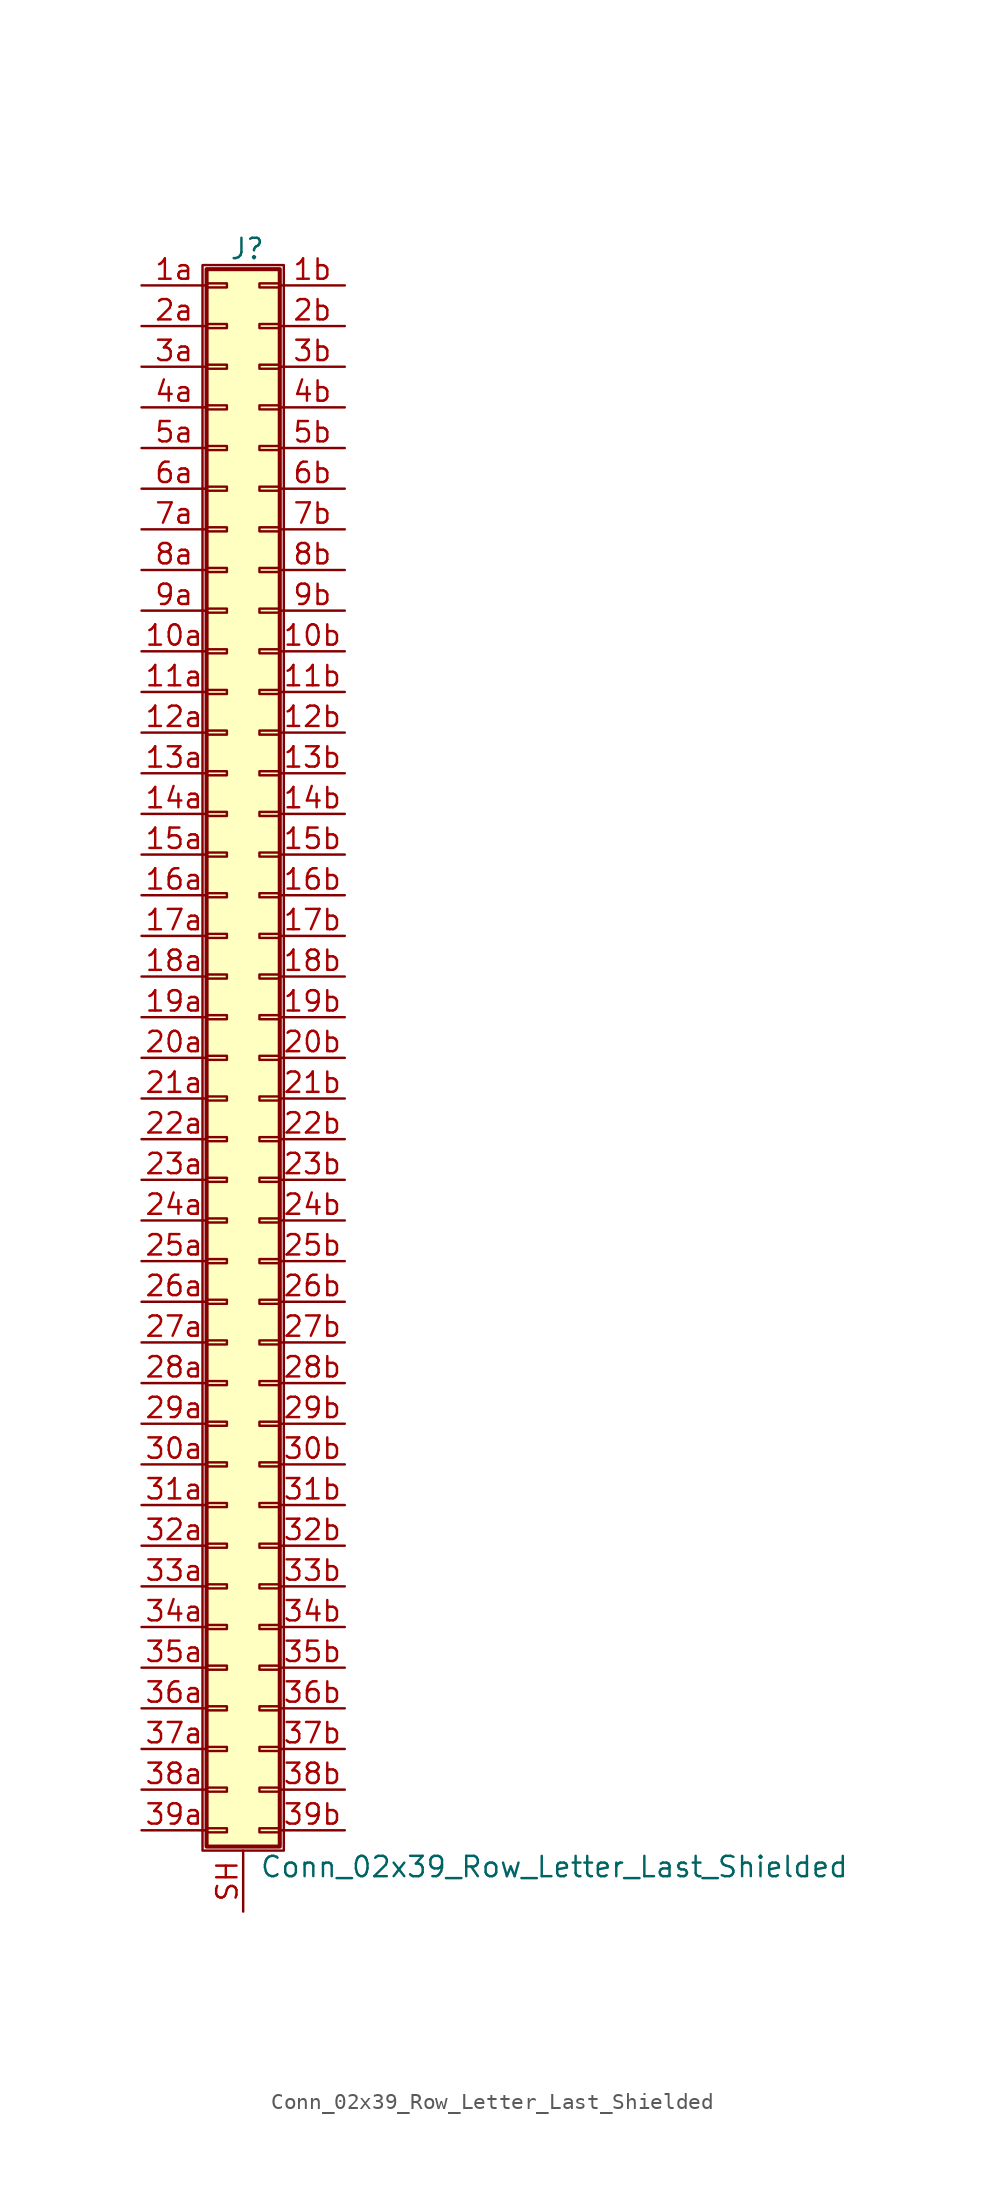
<source format=kicad_sym>
(kicad_symbol_lib
  (version 20201005)
  (generator kicad_symbol_editor)
  (symbol "Conn_02x39_Row_Letter_Last_Shielded"
    (pin_names
      (offset 1.016) hide)
    (property "Reference" "J"
      (at 1.524 50.546 0)
      (effects (font (size 1.27 1.27))))
    (property "Value" "Conn_02x39_Row_Letter_Last_Shielded"
      (at 2.286 -50.546 0)
      (effects (font (size 1.27 1.27)) (justify left)))
    (symbol "Conn_02x39_Row_Letter_Last_Shielded_1_1"
      (rectangle (start -1.27 49.53) (end 3.81 -49.53) (stroke (width 0.152)) (fill (type none)))
      (rectangle (start -1.016 -48.133) (end 0.254 -48.387) (stroke (width 0.152)) (fill (type none)))
      (rectangle (start -1.016 -45.593) (end 0.254 -45.847) (stroke (width 0.152)) (fill (type none)))
      (rectangle (start -1.016 -43.053) (end 0.254 -43.307) (stroke (width 0.152)) (fill (type none)))
      (rectangle (start -1.016 -40.513) (end 0.254 -40.767) (stroke (width 0.152)) (fill (type none)))
      (rectangle (start -1.016 -37.973) (end 0.254 -38.227) (stroke (width 0.152)) (fill (type none)))
      (rectangle (start -1.016 -35.433) (end 0.254 -35.687) (stroke (width 0.152)) (fill (type none)))
      (rectangle (start -1.016 -32.893) (end 0.254 -33.147) (stroke (width 0.152)) (fill (type none)))
      (rectangle (start -1.016 -30.353) (end 0.254 -30.607) (stroke (width 0.152)) (fill (type none)))
      (rectangle (start -1.016 -27.813) (end 0.254 -28.067) (stroke (width 0.152)) (fill (type none)))
      (rectangle (start -1.016 -25.273) (end 0.254 -25.527) (stroke (width 0.152)) (fill (type none)))
      (rectangle (start -1.016 -22.733) (end 0.254 -22.987) (stroke (width 0.152)) (fill (type none)))
      (rectangle (start -1.016 -20.193) (end 0.254 -20.447) (stroke (width 0.152)) (fill (type none)))
      (rectangle (start -1.016 -17.653) (end 0.254 -17.907) (stroke (width 0.152)) (fill (type none)))
      (rectangle (start -1.016 -15.113) (end 0.254 -15.367) (stroke (width 0.152)) (fill (type none)))
      (rectangle (start -1.016 -12.573) (end 0.254 -12.827) (stroke (width 0.152)) (fill (type none)))
      (rectangle (start -1.016 -10.033) (end 0.254 -10.287) (stroke (width 0.152)) (fill (type none)))
      (rectangle (start -1.016 -7.493) (end 0.254 -7.747) (stroke (width 0.152)) (fill (type none)))
      (rectangle (start -1.016 -4.953) (end 0.254 -5.207) (stroke (width 0.152)) (fill (type none)))
      (rectangle (start -1.016 -2.413) (end 0.254 -2.667) (stroke (width 0.152)) (fill (type none)))
      (rectangle (start -1.016 0.127) (end 0.254 -0.127) (stroke (width 0.152)) (fill (type none)))
      (rectangle (start -1.016 2.667) (end 0.254 2.413) (stroke (width 0.152)) (fill (type none)))
      (rectangle (start -1.016 5.207) (end 0.254 4.953) (stroke (width 0.152)) (fill (type none)))
      (rectangle (start -1.016 7.747) (end 0.254 7.493) (stroke (width 0.152)) (fill (type none)))
      (rectangle (start -1.016 10.287) (end 0.254 10.033) (stroke (width 0.152)) (fill (type none)))
      (rectangle (start -1.016 12.827) (end 0.254 12.573) (stroke (width 0.152)) (fill (type none)))
      (rectangle (start -1.016 15.367) (end 0.254 15.113) (stroke (width 0.152)) (fill (type none)))
      (rectangle (start -1.016 17.907) (end 0.254 17.653) (stroke (width 0.152)) (fill (type none)))
      (rectangle (start -1.016 20.447) (end 0.254 20.193) (stroke (width 0.152)) (fill (type none)))
      (rectangle (start -1.016 22.987) (end 0.254 22.733) (stroke (width 0.152)) (fill (type none)))
      (rectangle (start -1.016 25.527) (end 0.254 25.273) (stroke (width 0.152)) (fill (type none)))
      (rectangle (start -1.016 28.067) (end 0.254 27.813) (stroke (width 0.152)) (fill (type none)))
      (rectangle (start -1.016 30.607) (end 0.254 30.353) (stroke (width 0.152)) (fill (type none)))
      (rectangle (start -1.016 33.147) (end 0.254 32.893) (stroke (width 0.152)) (fill (type none)))
      (rectangle (start -1.016 35.687) (end 0.254 35.433) (stroke (width 0.152)) (fill (type none)))
      (rectangle (start -1.016 38.227) (end 0.254 37.973) (stroke (width 0.152)) (fill (type none)))
      (rectangle (start -1.016 40.767) (end 0.254 40.513) (stroke (width 0.152)) (fill (type none)))
      (rectangle (start -1.016 43.307) (end 0.254 43.053) (stroke (width 0.152)) (fill (type none)))
      (rectangle (start -1.016 45.847) (end 0.254 45.593) (stroke (width 0.152)) (fill (type none)))
      (rectangle (start -1.016 48.387) (end 0.254 48.133) (stroke (width 0.152)) (fill (type none)))
      (rectangle (start -1.016 49.276) (end 3.556 -49.276) (stroke (width 0.254)) (fill (type background)))
      (rectangle (start 3.556 -48.133) (end 2.286 -48.387) (stroke (width 0.152)) (fill (type none)))
      (rectangle (start 3.556 -45.593) (end 2.286 -45.847) (stroke (width 0.152)) (fill (type none)))
      (rectangle (start 3.556 -43.053) (end 2.286 -43.307) (stroke (width 0.152)) (fill (type none)))
      (rectangle (start 3.556 -40.513) (end 2.286 -40.767) (stroke (width 0.152)) (fill (type none)))
      (rectangle (start 3.556 -37.973) (end 2.286 -38.227) (stroke (width 0.152)) (fill (type none)))
      (rectangle (start 3.556 -35.433) (end 2.286 -35.687) (stroke (width 0.152)) (fill (type none)))
      (rectangle (start 3.556 -32.893) (end 2.286 -33.147) (stroke (width 0.152)) (fill (type none)))
      (rectangle (start 3.556 -30.353) (end 2.286 -30.607) (stroke (width 0.152)) (fill (type none)))
      (rectangle (start 3.556 -27.813) (end 2.286 -28.067) (stroke (width 0.152)) (fill (type none)))
      (rectangle (start 3.556 -25.273) (end 2.286 -25.527) (stroke (width 0.152)) (fill (type none)))
      (rectangle (start 3.556 -22.733) (end 2.286 -22.987) (stroke (width 0.152)) (fill (type none)))
      (rectangle (start 3.556 -20.193) (end 2.286 -20.447) (stroke (width 0.152)) (fill (type none)))
      (rectangle (start 3.556 -17.653) (end 2.286 -17.907) (stroke (width 0.152)) (fill (type none)))
      (rectangle (start 3.556 -15.113) (end 2.286 -15.367) (stroke (width 0.152)) (fill (type none)))
      (rectangle (start 3.556 -12.573) (end 2.286 -12.827) (stroke (width 0.152)) (fill (type none)))
      (rectangle (start 3.556 -10.033) (end 2.286 -10.287) (stroke (width 0.152)) (fill (type none)))
      (rectangle (start 3.556 -7.493) (end 2.286 -7.747) (stroke (width 0.152)) (fill (type none)))
      (rectangle (start 3.556 -4.953) (end 2.286 -5.207) (stroke (width 0.152)) (fill (type none)))
      (rectangle (start 3.556 -2.413) (end 2.286 -2.667) (stroke (width 0.152)) (fill (type none)))
      (rectangle (start 3.556 0.127) (end 2.286 -0.127) (stroke (width 0.152)) (fill (type none)))
      (rectangle (start 3.556 2.667) (end 2.286 2.413) (stroke (width 0.152)) (fill (type none)))
      (rectangle (start 3.556 5.207) (end 2.286 4.953) (stroke (width 0.152)) (fill (type none)))
      (rectangle (start 3.556 7.747) (end 2.286 7.493) (stroke (width 0.152)) (fill (type none)))
      (rectangle (start 3.556 10.287) (end 2.286 10.033) (stroke (width 0.152)) (fill (type none)))
      (rectangle (start 3.556 12.827) (end 2.286 12.573) (stroke (width 0.152)) (fill (type none)))
      (rectangle (start 3.556 15.367) (end 2.286 15.113) (stroke (width 0.152)) (fill (type none)))
      (rectangle (start 3.556 17.907) (end 2.286 17.653) (stroke (width 0.152)) (fill (type none)))
      (rectangle (start 3.556 20.447) (end 2.286 20.193) (stroke (width 0.152)) (fill (type none)))
      (rectangle (start 3.556 22.987) (end 2.286 22.733) (stroke (width 0.152)) (fill (type none)))
      (rectangle (start 3.556 25.527) (end 2.286 25.273) (stroke (width 0.152)) (fill (type none)))
      (rectangle (start 3.556 28.067) (end 2.286 27.813) (stroke (width 0.152)) (fill (type none)))
      (rectangle (start 3.556 30.607) (end 2.286 30.353) (stroke (width 0.152)) (fill (type none)))
      (rectangle (start 3.556 33.147) (end 2.286 32.893) (stroke (width 0.152)) (fill (type none)))
      (rectangle (start 3.556 35.687) (end 2.286 35.433) (stroke (width 0.152)) (fill (type none)))
      (rectangle (start 3.556 38.227) (end 2.286 37.973) (stroke (width 0.152)) (fill (type none)))
      (rectangle (start 3.556 40.767) (end 2.286 40.513) (stroke (width 0.152)) (fill (type none)))
      (rectangle (start 3.556 43.307) (end 2.286 43.053) (stroke (width 0.152)) (fill (type none)))
      (rectangle (start 3.556 45.847) (end 2.286 45.593) (stroke (width 0.152)) (fill (type none)))
      (rectangle (start 3.556 48.387) (end 2.286 48.133) (stroke (width 0.152)) (fill (type none)))
      (pin passive line (at -5.08 25.4 0) (length 4.064) (name "Pin_10a" (effects (font (size 1.27 1.27)))) (number "10a" (effects (font (size 1.27 1.27)))))
      (pin passive line (at 7.62 25.4 180) (length 4.064) (name "Pin_10b" (effects (font (size 1.27 1.27)))) (number "10b" (effects (font (size 1.27 1.27)))))
      (pin passive line (at -5.08 22.86 0) (length 4.064) (name "Pin_11a" (effects (font (size 1.27 1.27)))) (number "11a" (effects (font (size 1.27 1.27)))))
      (pin passive line (at 7.62 22.86 180) (length 4.064) (name "Pin_11b" (effects (font (size 1.27 1.27)))) (number "11b" (effects (font (size 1.27 1.27)))))
      (pin passive line (at -5.08 20.32 0) (length 4.064) (name "Pin_12a" (effects (font (size 1.27 1.27)))) (number "12a" (effects (font (size 1.27 1.27)))))
      (pin passive line (at 7.62 20.32 180) (length 4.064) (name "Pin_12b" (effects (font (size 1.27 1.27)))) (number "12b" (effects (font (size 1.27 1.27)))))
      (pin passive line (at -5.08 17.78 0) (length 4.064) (name "Pin_13a" (effects (font (size 1.27 1.27)))) (number "13a" (effects (font (size 1.27 1.27)))))
      (pin passive line (at 7.62 17.78 180) (length 4.064) (name "Pin_13b" (effects (font (size 1.27 1.27)))) (number "13b" (effects (font (size 1.27 1.27)))))
      (pin passive line (at -5.08 15.24 0) (length 4.064) (name "Pin_14a" (effects (font (size 1.27 1.27)))) (number "14a" (effects (font (size 1.27 1.27)))))
      (pin passive line (at 7.62 15.24 180) (length 4.064) (name "Pin_14b" (effects (font (size 1.27 1.27)))) (number "14b" (effects (font (size 1.27 1.27)))))
      (pin passive line (at -5.08 12.7 0) (length 4.064) (name "Pin_15a" (effects (font (size 1.27 1.27)))) (number "15a" (effects (font (size 1.27 1.27)))))
      (pin passive line (at 7.62 12.7 180) (length 4.064) (name "Pin_15b" (effects (font (size 1.27 1.27)))) (number "15b" (effects (font (size 1.27 1.27)))))
      (pin passive line (at -5.08 10.16 0) (length 4.064) (name "Pin_16a" (effects (font (size 1.27 1.27)))) (number "16a" (effects (font (size 1.27 1.27)))))
      (pin passive line (at 7.62 10.16 180) (length 4.064) (name "Pin_16b" (effects (font (size 1.27 1.27)))) (number "16b" (effects (font (size 1.27 1.27)))))
      (pin passive line (at -5.08 7.62 0) (length 4.064) (name "Pin_17a" (effects (font (size 1.27 1.27)))) (number "17a" (effects (font (size 1.27 1.27)))))
      (pin passive line (at 7.62 7.62 180) (length 4.064) (name "Pin_17b" (effects (font (size 1.27 1.27)))) (number "17b" (effects (font (size 1.27 1.27)))))
      (pin passive line (at -5.08 5.08 0) (length 4.064) (name "Pin_18a" (effects (font (size 1.27 1.27)))) (number "18a" (effects (font (size 1.27 1.27)))))
      (pin passive line (at 7.62 5.08 180) (length 4.064) (name "Pin_18b" (effects (font (size 1.27 1.27)))) (number "18b" (effects (font (size 1.27 1.27)))))
      (pin passive line (at -5.08 2.54 0) (length 4.064) (name "Pin_19a" (effects (font (size 1.27 1.27)))) (number "19a" (effects (font (size 1.27 1.27)))))
      (pin passive line (at 7.62 2.54 180) (length 4.064) (name "Pin_19b" (effects (font (size 1.27 1.27)))) (number "19b" (effects (font (size 1.27 1.27)))))
      (pin passive line (at -5.08 48.26 0) (length 4.064) (name "Pin_1a" (effects (font (size 1.27 1.27)))) (number "1a" (effects (font (size 1.27 1.27)))))
      (pin passive line (at 7.62 48.26 180) (length 4.064) (name "Pin_1b" (effects (font (size 1.27 1.27)))) (number "1b" (effects (font (size 1.27 1.27)))))
      (pin passive line (at -5.08 0 0) (length 4.064) (name "Pin_20a" (effects (font (size 1.27 1.27)))) (number "20a" (effects (font (size 1.27 1.27)))))
      (pin passive line (at 7.62 0 180) (length 4.064) (name "Pin_20b" (effects (font (size 1.27 1.27)))) (number "20b" (effects (font (size 1.27 1.27)))))
      (pin passive line (at -5.08 -2.54 0) (length 4.064) (name "Pin_21a" (effects (font (size 1.27 1.27)))) (number "21a" (effects (font (size 1.27 1.27)))))
      (pin passive line (at 7.62 -2.54 180) (length 4.064) (name "Pin_21b" (effects (font (size 1.27 1.27)))) (number "21b" (effects (font (size 1.27 1.27)))))
      (pin passive line (at -5.08 -5.08 0) (length 4.064) (name "Pin_22a" (effects (font (size 1.27 1.27)))) (number "22a" (effects (font (size 1.27 1.27)))))
      (pin passive line (at 7.62 -5.08 180) (length 4.064) (name "Pin_22b" (effects (font (size 1.27 1.27)))) (number "22b" (effects (font (size 1.27 1.27)))))
      (pin passive line (at -5.08 -7.62 0) (length 4.064) (name "Pin_23a" (effects (font (size 1.27 1.27)))) (number "23a" (effects (font (size 1.27 1.27)))))
      (pin passive line (at 7.62 -7.62 180) (length 4.064) (name "Pin_23b" (effects (font (size 1.27 1.27)))) (number "23b" (effects (font (size 1.27 1.27)))))
      (pin passive line (at -5.08 -10.16 0) (length 4.064) (name "Pin_24a" (effects (font (size 1.27 1.27)))) (number "24a" (effects (font (size 1.27 1.27)))))
      (pin passive line (at 7.62 -10.16 180) (length 4.064) (name "Pin_24b" (effects (font (size 1.27 1.27)))) (number "24b" (effects (font (size 1.27 1.27)))))
      (pin passive line (at -5.08 -12.7 0) (length 4.064) (name "Pin_25a" (effects (font (size 1.27 1.27)))) (number "25a" (effects (font (size 1.27 1.27)))))
      (pin passive line (at 7.62 -12.7 180) (length 4.064) (name "Pin_25b" (effects (font (size 1.27 1.27)))) (number "25b" (effects (font (size 1.27 1.27)))))
      (pin passive line (at -5.08 -15.24 0) (length 4.064) (name "Pin_26a" (effects (font (size 1.27 1.27)))) (number "26a" (effects (font (size 1.27 1.27)))))
      (pin passive line (at 7.62 -15.24 180) (length 4.064) (name "Pin_26b" (effects (font (size 1.27 1.27)))) (number "26b" (effects (font (size 1.27 1.27)))))
      (pin passive line (at -5.08 -17.78 0) (length 4.064) (name "Pin_27a" (effects (font (size 1.27 1.27)))) (number "27a" (effects (font (size 1.27 1.27)))))
      (pin passive line (at 7.62 -17.78 180) (length 4.064) (name "Pin_27b" (effects (font (size 1.27 1.27)))) (number "27b" (effects (font (size 1.27 1.27)))))
      (pin passive line (at -5.08 -20.32 0) (length 4.064) (name "Pin_28a" (effects (font (size 1.27 1.27)))) (number "28a" (effects (font (size 1.27 1.27)))))
      (pin passive line (at 7.62 -20.32 180) (length 4.064) (name "Pin_28b" (effects (font (size 1.27 1.27)))) (number "28b" (effects (font (size 1.27 1.27)))))
      (pin passive line (at -5.08 -22.86 0) (length 4.064) (name "Pin_29a" (effects (font (size 1.27 1.27)))) (number "29a" (effects (font (size 1.27 1.27)))))
      (pin passive line (at 7.62 -22.86 180) (length 4.064) (name "Pin_29b" (effects (font (size 1.27 1.27)))) (number "29b" (effects (font (size 1.27 1.27)))))
      (pin passive line (at -5.08 45.72 0) (length 4.064) (name "Pin_2a" (effects (font (size 1.27 1.27)))) (number "2a" (effects (font (size 1.27 1.27)))))
      (pin passive line (at 7.62 45.72 180) (length 4.064) (name "Pin_2b" (effects (font (size 1.27 1.27)))) (number "2b" (effects (font (size 1.27 1.27)))))
      (pin passive line (at -5.08 -25.4 0) (length 4.064) (name "Pin_30a" (effects (font (size 1.27 1.27)))) (number "30a" (effects (font (size 1.27 1.27)))))
      (pin passive line (at 7.62 -25.4 180) (length 4.064) (name "Pin_30b" (effects (font (size 1.27 1.27)))) (number "30b" (effects (font (size 1.27 1.27)))))
      (pin passive line (at -5.08 -27.94 0) (length 4.064) (name "Pin_31a" (effects (font (size 1.27 1.27)))) (number "31a" (effects (font (size 1.27 1.27)))))
      (pin passive line (at 7.62 -27.94 180) (length 4.064) (name "Pin_31b" (effects (font (size 1.27 1.27)))) (number "31b" (effects (font (size 1.27 1.27)))))
      (pin passive line (at -5.08 -30.48 0) (length 4.064) (name "Pin_32a" (effects (font (size 1.27 1.27)))) (number "32a" (effects (font (size 1.27 1.27)))))
      (pin passive line (at 7.62 -30.48 180) (length 4.064) (name "Pin_32b" (effects (font (size 1.27 1.27)))) (number "32b" (effects (font (size 1.27 1.27)))))
      (pin passive line (at -5.08 -33.02 0) (length 4.064) (name "Pin_33a" (effects (font (size 1.27 1.27)))) (number "33a" (effects (font (size 1.27 1.27)))))
      (pin passive line (at 7.62 -33.02 180) (length 4.064) (name "Pin_33b" (effects (font (size 1.27 1.27)))) (number "33b" (effects (font (size 1.27 1.27)))))
      (pin passive line (at -5.08 -35.56 0) (length 4.064) (name "Pin_34a" (effects (font (size 1.27 1.27)))) (number "34a" (effects (font (size 1.27 1.27)))))
      (pin passive line (at 7.62 -35.56 180) (length 4.064) (name "Pin_34b" (effects (font (size 1.27 1.27)))) (number "34b" (effects (font (size 1.27 1.27)))))
      (pin passive line (at -5.08 -38.1 0) (length 4.064) (name "Pin_35a" (effects (font (size 1.27 1.27)))) (number "35a" (effects (font (size 1.27 1.27)))))
      (pin passive line (at 7.62 -38.1 180) (length 4.064) (name "Pin_35b" (effects (font (size 1.27 1.27)))) (number "35b" (effects (font (size 1.27 1.27)))))
      (pin passive line (at -5.08 -40.64 0) (length 4.064) (name "Pin_36a" (effects (font (size 1.27 1.27)))) (number "36a" (effects (font (size 1.27 1.27)))))
      (pin passive line (at 7.62 -40.64 180) (length 4.064) (name "Pin_36b" (effects (font (size 1.27 1.27)))) (number "36b" (effects (font (size 1.27 1.27)))))
      (pin passive line (at -5.08 -43.18 0) (length 4.064) (name "Pin_37a" (effects (font (size 1.27 1.27)))) (number "37a" (effects (font (size 1.27 1.27)))))
      (pin passive line (at 7.62 -43.18 180) (length 4.064) (name "Pin_37b" (effects (font (size 1.27 1.27)))) (number "37b" (effects (font (size 1.27 1.27)))))
      (pin passive line (at -5.08 -45.72 0) (length 4.064) (name "Pin_38a" (effects (font (size 1.27 1.27)))) (number "38a" (effects (font (size 1.27 1.27)))))
      (pin passive line (at 7.62 -45.72 180) (length 4.064) (name "Pin_38b" (effects (font (size 1.27 1.27)))) (number "38b" (effects (font (size 1.27 1.27)))))
      (pin passive line (at -5.08 -48.26 0) (length 4.064) (name "Pin_39a" (effects (font (size 1.27 1.27)))) (number "39a" (effects (font (size 1.27 1.27)))))
      (pin passive line (at 7.62 -48.26 180) (length 4.064) (name "Pin_39b" (effects (font (size 1.27 1.27)))) (number "39b" (effects (font (size 1.27 1.27)))))
      (pin passive line (at -5.08 43.18 0) (length 4.064) (name "Pin_3a" (effects (font (size 1.27 1.27)))) (number "3a" (effects (font (size 1.27 1.27)))))
      (pin passive line (at 7.62 43.18 180) (length 4.064) (name "Pin_3b" (effects (font (size 1.27 1.27)))) (number "3b" (effects (font (size 1.27 1.27)))))
      (pin passive line (at -5.08 40.64 0) (length 4.064) (name "Pin_4a" (effects (font (size 1.27 1.27)))) (number "4a" (effects (font (size 1.27 1.27)))))
      (pin passive line (at 7.62 40.64 180) (length 4.064) (name "Pin_4b" (effects (font (size 1.27 1.27)))) (number "4b" (effects (font (size 1.27 1.27)))))
      (pin passive line (at -5.08 38.1 0) (length 4.064) (name "Pin_5a" (effects (font (size 1.27 1.27)))) (number "5a" (effects (font (size 1.27 1.27)))))
      (pin passive line (at 7.62 38.1 180) (length 4.064) (name "Pin_5b" (effects (font (size 1.27 1.27)))) (number "5b" (effects (font (size 1.27 1.27)))))
      (pin passive line (at -5.08 35.56 0) (length 4.064) (name "Pin_6a" (effects (font (size 1.27 1.27)))) (number "6a" (effects (font (size 1.27 1.27)))))
      (pin passive line (at 7.62 35.56 180) (length 4.064) (name "Pin_6b" (effects (font (size 1.27 1.27)))) (number "6b" (effects (font (size 1.27 1.27)))))
      (pin passive line (at -5.08 33.02 0) (length 4.064) (name "Pin_7a" (effects (font (size 1.27 1.27)))) (number "7a" (effects (font (size 1.27 1.27)))))
      (pin passive line (at 7.62 33.02 180) (length 4.064) (name "Pin_7b" (effects (font (size 1.27 1.27)))) (number "7b" (effects (font (size 1.27 1.27)))))
      (pin passive line (at -5.08 30.48 0) (length 4.064) (name "Pin_8a" (effects (font (size 1.27 1.27)))) (number "8a" (effects (font (size 1.27 1.27)))))
      (pin passive line (at 7.62 30.48 180) (length 4.064) (name "Pin_8b" (effects (font (size 1.27 1.27)))) (number "8b" (effects (font (size 1.27 1.27)))))
      (pin passive line (at -5.08 27.94 0) (length 4.064) (name "Pin_9a" (effects (font (size 1.27 1.27)))) (number "9a" (effects (font (size 1.27 1.27)))))
      (pin passive line (at 7.62 27.94 180) (length 4.064) (name "Pin_9b" (effects (font (size 1.27 1.27)))) (number "9b" (effects (font (size 1.27 1.27)))))
      (pin passive line (at 1.27 -53.34 90) (length 3.81) (name "Shield" (effects (font (size 1.27 1.27)))) (number "SH" (effects (font (size 1.27 1.27))))))))
</source>
